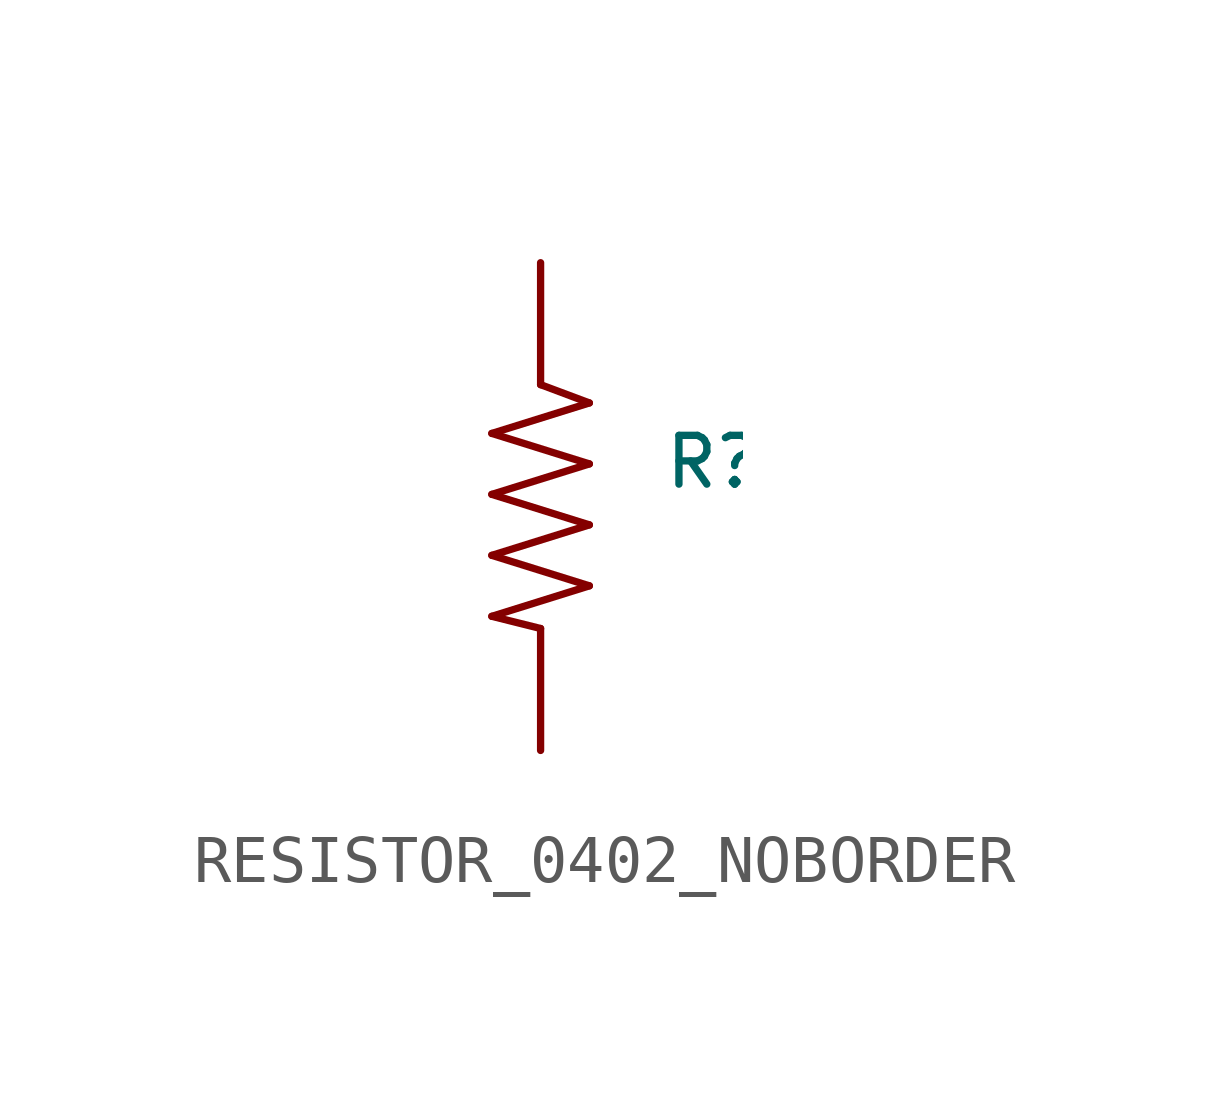
<source format=kicad_sym>
(kicad_symbol_lib
  (version 20220914)
  (generator kicad_symbol_editor)
  (symbol "RESISTOR_0402_NOBORDER"
    (property "Reference" "R"
      (at 2.54 1.524 0)
      (effects (font (size 1.016 1.016)) (justify left top)))
    (property "Value" ""
      (at 2.54 -1.524 0)
      (effects (font (size 1.016 1.016)) (justify left bottom)))
    (property "ki_locked" ""
      (at 0 0 0)
      (effects (font (size 1.27 1.27))))
    (symbol "RESISTOR_0402_NOBORDER_1_0"
      (polyline (pts (xy -1.016 -2.286) (xy 0 -2.54)) (stroke (width 0.152) (type solid)) (fill (type none)))
      (polyline (pts (xy -1.016 -1.016) (xy 1.016 -1.651)) (stroke (width 0.152) (type solid)) (fill (type none)))
      (polyline (pts (xy -1.016 0.254) (xy 1.016 -0.381)) (stroke (width 0.152) (type solid)) (fill (type none)))
      (polyline (pts (xy -1.016 1.524) (xy 1.016 0.889)) (stroke (width 0.152) (type solid)) (fill (type none)))
      (polyline (pts (xy 0 2.54) (xy 1.016 2.159)) (stroke (width 0.152) (type solid)) (fill (type none)))
      (polyline (pts (xy 1.016 -1.651) (xy -1.016 -2.286)) (stroke (width 0.152) (type solid)) (fill (type none)))
      (polyline (pts (xy 1.016 -0.381) (xy -1.016 -1.016)) (stroke (width 0.152) (type solid)) (fill (type none)))
      (polyline (pts (xy 1.016 0.889) (xy -1.016 0.254)) (stroke (width 0.152) (type solid)) (fill (type none)))
      (polyline (pts (xy 1.016 2.159) (xy -1.016 1.524)) (stroke (width 0.152) (type solid)) (fill (type none)))
      (pin passive line (at 0 5.08 270) (length 2.54) (name "P$1" (effects (font (size 0 0)))) (number "P$1" (effects (font (size 0 0)))))
      (pin passive line (at 0 -5.08 90) (length 2.54) (name "P$2" (effects (font (size 0 0)))) (number "P$2" (effects (font (size 0 0))))))))
</source>
